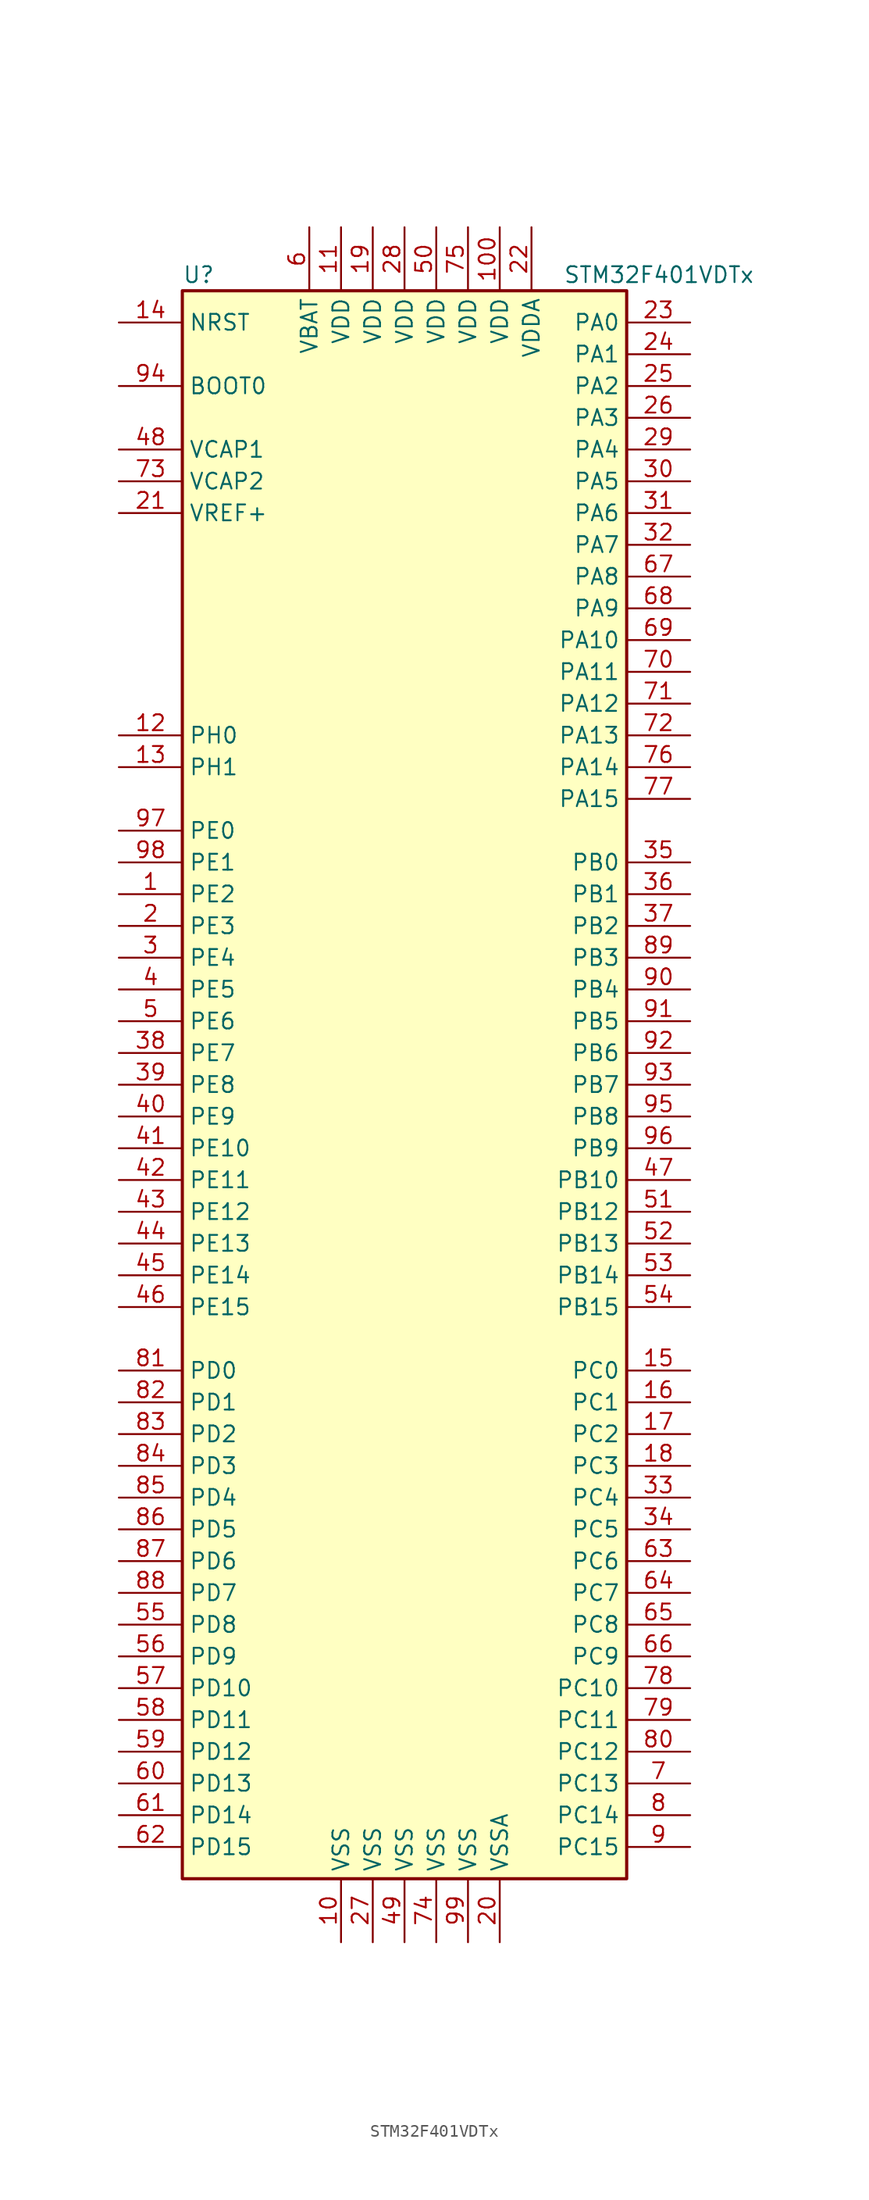
<source format=kicad_sym>
(kicad_symbol_lib
  (version 20201005)
  (generator kicad_symbol_editor)
  (symbol "STM32F401VDTx"
    (property "Reference" "U"
      (at -17.78 64.77 0)
      (effects (font (size 1.27 1.27)) (justify left)))
    (property "Value" "STM32F401VDTx"
      (at 12.7 64.77 0)
      (effects (font (size 1.27 1.27)) (justify left)))
    (symbol "STM32F401VDTx_0_1"
      (rectangle (start -17.78 -63.5) (end 17.78 63.5) (stroke (width 0.254)) (fill (type background))))
    (symbol "STM32F401VDTx_1_1"
      (pin input line (at -22.86 55.88 0) (length 5.08) (name "BOOT0" (effects (font (size 1.27 1.27)))) (number "94" (effects (font (size 1.27 1.27)))))
      (pin input line (at -22.86 60.96 0) (length 5.08) (name "NRST" (effects (font (size 1.27 1.27)))) (number "14" (effects (font (size 1.27 1.27)))))
      (pin bidirectional line (at 22.86 60.96 180) (length 5.08) (name "PA0" (effects (font (size 1.27 1.27)))) (number "23" (effects (font (size 1.27 1.27)))))
      (pin bidirectional line (at 22.86 58.42 180) (length 5.08) (name "PA1" (effects (font (size 1.27 1.27)))) (number "24" (effects (font (size 1.27 1.27)))))
      (pin bidirectional line (at 22.86 35.56 180) (length 5.08) (name "PA10" (effects (font (size 1.27 1.27)))) (number "69" (effects (font (size 1.27 1.27)))))
      (pin bidirectional line (at 22.86 33.02 180) (length 5.08) (name "PA11" (effects (font (size 1.27 1.27)))) (number "70" (effects (font (size 1.27 1.27)))))
      (pin bidirectional line (at 22.86 30.48 180) (length 5.08) (name "PA12" (effects (font (size 1.27 1.27)))) (number "71" (effects (font (size 1.27 1.27)))))
      (pin bidirectional line (at 22.86 27.94 180) (length 5.08) (name "PA13" (effects (font (size 1.27 1.27)))) (number "72" (effects (font (size 1.27 1.27)))))
      (pin bidirectional line (at 22.86 25.4 180) (length 5.08) (name "PA14" (effects (font (size 1.27 1.27)))) (number "76" (effects (font (size 1.27 1.27)))))
      (pin bidirectional line (at 22.86 22.86 180) (length 5.08) (name "PA15" (effects (font (size 1.27 1.27)))) (number "77" (effects (font (size 1.27 1.27)))))
      (pin bidirectional line (at 22.86 55.88 180) (length 5.08) (name "PA2" (effects (font (size 1.27 1.27)))) (number "25" (effects (font (size 1.27 1.27)))))
      (pin bidirectional line (at 22.86 53.34 180) (length 5.08) (name "PA3" (effects (font (size 1.27 1.27)))) (number "26" (effects (font (size 1.27 1.27)))))
      (pin bidirectional line (at 22.86 50.8 180) (length 5.08) (name "PA4" (effects (font (size 1.27 1.27)))) (number "29" (effects (font (size 1.27 1.27)))))
      (pin bidirectional line (at 22.86 48.26 180) (length 5.08) (name "PA5" (effects (font (size 1.27 1.27)))) (number "30" (effects (font (size 1.27 1.27)))))
      (pin bidirectional line (at 22.86 45.72 180) (length 5.08) (name "PA6" (effects (font (size 1.27 1.27)))) (number "31" (effects (font (size 1.27 1.27)))))
      (pin bidirectional line (at 22.86 43.18 180) (length 5.08) (name "PA7" (effects (font (size 1.27 1.27)))) (number "32" (effects (font (size 1.27 1.27)))))
      (pin bidirectional line (at 22.86 40.64 180) (length 5.08) (name "PA8" (effects (font (size 1.27 1.27)))) (number "67" (effects (font (size 1.27 1.27)))))
      (pin bidirectional line (at 22.86 38.1 180) (length 5.08) (name "PA9" (effects (font (size 1.27 1.27)))) (number "68" (effects (font (size 1.27 1.27)))))
      (pin bidirectional line (at 22.86 17.78 180) (length 5.08) (name "PB0" (effects (font (size 1.27 1.27)))) (number "35" (effects (font (size 1.27 1.27)))))
      (pin bidirectional line (at 22.86 15.24 180) (length 5.08) (name "PB1" (effects (font (size 1.27 1.27)))) (number "36" (effects (font (size 1.27 1.27)))))
      (pin bidirectional line (at 22.86 -7.62 180) (length 5.08) (name "PB10" (effects (font (size 1.27 1.27)))) (number "47" (effects (font (size 1.27 1.27)))))
      (pin bidirectional line (at 22.86 -10.16 180) (length 5.08) (name "PB12" (effects (font (size 1.27 1.27)))) (number "51" (effects (font (size 1.27 1.27)))))
      (pin bidirectional line (at 22.86 -12.7 180) (length 5.08) (name "PB13" (effects (font (size 1.27 1.27)))) (number "52" (effects (font (size 1.27 1.27)))))
      (pin bidirectional line (at 22.86 -15.24 180) (length 5.08) (name "PB14" (effects (font (size 1.27 1.27)))) (number "53" (effects (font (size 1.27 1.27)))))
      (pin bidirectional line (at 22.86 -17.78 180) (length 5.08) (name "PB15" (effects (font (size 1.27 1.27)))) (number "54" (effects (font (size 1.27 1.27)))))
      (pin bidirectional line (at 22.86 12.7 180) (length 5.08) (name "PB2" (effects (font (size 1.27 1.27)))) (number "37" (effects (font (size 1.27 1.27)))))
      (pin bidirectional line (at 22.86 10.16 180) (length 5.08) (name "PB3" (effects (font (size 1.27 1.27)))) (number "89" (effects (font (size 1.27 1.27)))))
      (pin bidirectional line (at 22.86 7.62 180) (length 5.08) (name "PB4" (effects (font (size 1.27 1.27)))) (number "90" (effects (font (size 1.27 1.27)))))
      (pin bidirectional line (at 22.86 5.08 180) (length 5.08) (name "PB5" (effects (font (size 1.27 1.27)))) (number "91" (effects (font (size 1.27 1.27)))))
      (pin bidirectional line (at 22.86 2.54 180) (length 5.08) (name "PB6" (effects (font (size 1.27 1.27)))) (number "92" (effects (font (size 1.27 1.27)))))
      (pin bidirectional line (at 22.86 0 180) (length 5.08) (name "PB7" (effects (font (size 1.27 1.27)))) (number "93" (effects (font (size 1.27 1.27)))))
      (pin bidirectional line (at 22.86 -2.54 180) (length 5.08) (name "PB8" (effects (font (size 1.27 1.27)))) (number "95" (effects (font (size 1.27 1.27)))))
      (pin bidirectional line (at 22.86 -5.08 180) (length 5.08) (name "PB9" (effects (font (size 1.27 1.27)))) (number "96" (effects (font (size 1.27 1.27)))))
      (pin bidirectional line (at 22.86 -22.86 180) (length 5.08) (name "PC0" (effects (font (size 1.27 1.27)))) (number "15" (effects (font (size 1.27 1.27)))))
      (pin bidirectional line (at 22.86 -25.4 180) (length 5.08) (name "PC1" (effects (font (size 1.27 1.27)))) (number "16" (effects (font (size 1.27 1.27)))))
      (pin bidirectional line (at 22.86 -48.26 180) (length 5.08) (name "PC10" (effects (font (size 1.27 1.27)))) (number "78" (effects (font (size 1.27 1.27)))))
      (pin bidirectional line (at 22.86 -50.8 180) (length 5.08) (name "PC11" (effects (font (size 1.27 1.27)))) (number "79" (effects (font (size 1.27 1.27)))))
      (pin bidirectional line (at 22.86 -53.34 180) (length 5.08) (name "PC12" (effects (font (size 1.27 1.27)))) (number "80" (effects (font (size 1.27 1.27)))))
      (pin bidirectional line (at 22.86 -55.88 180) (length 5.08) (name "PC13" (effects (font (size 1.27 1.27)))) (number "7" (effects (font (size 1.27 1.27)))))
      (pin bidirectional line (at 22.86 -58.42 180) (length 5.08) (name "PC14" (effects (font (size 1.27 1.27)))) (number "8" (effects (font (size 1.27 1.27)))))
      (pin bidirectional line (at 22.86 -60.96 180) (length 5.08) (name "PC15" (effects (font (size 1.27 1.27)))) (number "9" (effects (font (size 1.27 1.27)))))
      (pin bidirectional line (at 22.86 -27.94 180) (length 5.08) (name "PC2" (effects (font (size 1.27 1.27)))) (number "17" (effects (font (size 1.27 1.27)))))
      (pin bidirectional line (at 22.86 -30.48 180) (length 5.08) (name "PC3" (effects (font (size 1.27 1.27)))) (number "18" (effects (font (size 1.27 1.27)))))
      (pin bidirectional line (at 22.86 -33.02 180) (length 5.08) (name "PC4" (effects (font (size 1.27 1.27)))) (number "33" (effects (font (size 1.27 1.27)))))
      (pin bidirectional line (at 22.86 -35.56 180) (length 5.08) (name "PC5" (effects (font (size 1.27 1.27)))) (number "34" (effects (font (size 1.27 1.27)))))
      (pin bidirectional line (at 22.86 -38.1 180) (length 5.08) (name "PC6" (effects (font (size 1.27 1.27)))) (number "63" (effects (font (size 1.27 1.27)))))
      (pin bidirectional line (at 22.86 -40.64 180) (length 5.08) (name "PC7" (effects (font (size 1.27 1.27)))) (number "64" (effects (font (size 1.27 1.27)))))
      (pin bidirectional line (at 22.86 -43.18 180) (length 5.08) (name "PC8" (effects (font (size 1.27 1.27)))) (number "65" (effects (font (size 1.27 1.27)))))
      (pin bidirectional line (at 22.86 -45.72 180) (length 5.08) (name "PC9" (effects (font (size 1.27 1.27)))) (number "66" (effects (font (size 1.27 1.27)))))
      (pin bidirectional line (at -22.86 -22.86 0) (length 5.08) (name "PD0" (effects (font (size 1.27 1.27)))) (number "81" (effects (font (size 1.27 1.27)))))
      (pin bidirectional line (at -22.86 -25.4 0) (length 5.08) (name "PD1" (effects (font (size 1.27 1.27)))) (number "82" (effects (font (size 1.27 1.27)))))
      (pin bidirectional line (at -22.86 -48.26 0) (length 5.08) (name "PD10" (effects (font (size 1.27 1.27)))) (number "57" (effects (font (size 1.27 1.27)))))
      (pin bidirectional line (at -22.86 -50.8 0) (length 5.08) (name "PD11" (effects (font (size 1.27 1.27)))) (number "58" (effects (font (size 1.27 1.27)))))
      (pin bidirectional line (at -22.86 -53.34 0) (length 5.08) (name "PD12" (effects (font (size 1.27 1.27)))) (number "59" (effects (font (size 1.27 1.27)))))
      (pin bidirectional line (at -22.86 -55.88 0) (length 5.08) (name "PD13" (effects (font (size 1.27 1.27)))) (number "60" (effects (font (size 1.27 1.27)))))
      (pin bidirectional line (at -22.86 -58.42 0) (length 5.08) (name "PD14" (effects (font (size 1.27 1.27)))) (number "61" (effects (font (size 1.27 1.27)))))
      (pin bidirectional line (at -22.86 -60.96 0) (length 5.08) (name "PD15" (effects (font (size 1.27 1.27)))) (number "62" (effects (font (size 1.27 1.27)))))
      (pin bidirectional line (at -22.86 -27.94 0) (length 5.08) (name "PD2" (effects (font (size 1.27 1.27)))) (number "83" (effects (font (size 1.27 1.27)))))
      (pin bidirectional line (at -22.86 -30.48 0) (length 5.08) (name "PD3" (effects (font (size 1.27 1.27)))) (number "84" (effects (font (size 1.27 1.27)))))
      (pin bidirectional line (at -22.86 -33.02 0) (length 5.08) (name "PD4" (effects (font (size 1.27 1.27)))) (number "85" (effects (font (size 1.27 1.27)))))
      (pin bidirectional line (at -22.86 -35.56 0) (length 5.08) (name "PD5" (effects (font (size 1.27 1.27)))) (number "86" (effects (font (size 1.27 1.27)))))
      (pin bidirectional line (at -22.86 -38.1 0) (length 5.08) (name "PD6" (effects (font (size 1.27 1.27)))) (number "87" (effects (font (size 1.27 1.27)))))
      (pin bidirectional line (at -22.86 -40.64 0) (length 5.08) (name "PD7" (effects (font (size 1.27 1.27)))) (number "88" (effects (font (size 1.27 1.27)))))
      (pin bidirectional line (at -22.86 -43.18 0) (length 5.08) (name "PD8" (effects (font (size 1.27 1.27)))) (number "55" (effects (font (size 1.27 1.27)))))
      (pin bidirectional line (at -22.86 -45.72 0) (length 5.08) (name "PD9" (effects (font (size 1.27 1.27)))) (number "56" (effects (font (size 1.27 1.27)))))
      (pin bidirectional line (at -22.86 20.32 0) (length 5.08) (name "PE0" (effects (font (size 1.27 1.27)))) (number "97" (effects (font (size 1.27 1.27)))))
      (pin bidirectional line (at -22.86 17.78 0) (length 5.08) (name "PE1" (effects (font (size 1.27 1.27)))) (number "98" (effects (font (size 1.27 1.27)))))
      (pin bidirectional line (at -22.86 -5.08 0) (length 5.08) (name "PE10" (effects (font (size 1.27 1.27)))) (number "41" (effects (font (size 1.27 1.27)))))
      (pin bidirectional line (at -22.86 -7.62 0) (length 5.08) (name "PE11" (effects (font (size 1.27 1.27)))) (number "42" (effects (font (size 1.27 1.27)))))
      (pin bidirectional line (at -22.86 -10.16 0) (length 5.08) (name "PE12" (effects (font (size 1.27 1.27)))) (number "43" (effects (font (size 1.27 1.27)))))
      (pin bidirectional line (at -22.86 -12.7 0) (length 5.08) (name "PE13" (effects (font (size 1.27 1.27)))) (number "44" (effects (font (size 1.27 1.27)))))
      (pin bidirectional line (at -22.86 -15.24 0) (length 5.08) (name "PE14" (effects (font (size 1.27 1.27)))) (number "45" (effects (font (size 1.27 1.27)))))
      (pin bidirectional line (at -22.86 -17.78 0) (length 5.08) (name "PE15" (effects (font (size 1.27 1.27)))) (number "46" (effects (font (size 1.27 1.27)))))
      (pin bidirectional line (at -22.86 15.24 0) (length 5.08) (name "PE2" (effects (font (size 1.27 1.27)))) (number "1" (effects (font (size 1.27 1.27)))))
      (pin bidirectional line (at -22.86 12.7 0) (length 5.08) (name "PE3" (effects (font (size 1.27 1.27)))) (number "2" (effects (font (size 1.27 1.27)))))
      (pin bidirectional line (at -22.86 10.16 0) (length 5.08) (name "PE4" (effects (font (size 1.27 1.27)))) (number "3" (effects (font (size 1.27 1.27)))))
      (pin bidirectional line (at -22.86 7.62 0) (length 5.08) (name "PE5" (effects (font (size 1.27 1.27)))) (number "4" (effects (font (size 1.27 1.27)))))
      (pin bidirectional line (at -22.86 5.08 0) (length 5.08) (name "PE6" (effects (font (size 1.27 1.27)))) (number "5" (effects (font (size 1.27 1.27)))))
      (pin bidirectional line (at -22.86 2.54 0) (length 5.08) (name "PE7" (effects (font (size 1.27 1.27)))) (number "38" (effects (font (size 1.27 1.27)))))
      (pin bidirectional line (at -22.86 0 0) (length 5.08) (name "PE8" (effects (font (size 1.27 1.27)))) (number "39" (effects (font (size 1.27 1.27)))))
      (pin bidirectional line (at -22.86 -2.54 0) (length 5.08) (name "PE9" (effects (font (size 1.27 1.27)))) (number "40" (effects (font (size 1.27 1.27)))))
      (pin input line (at -22.86 27.94 0) (length 5.08) (name "PH0" (effects (font (size 1.27 1.27)))) (number "12" (effects (font (size 1.27 1.27)))))
      (pin input line (at -22.86 25.4 0) (length 5.08) (name "PH1" (effects (font (size 1.27 1.27)))) (number "13" (effects (font (size 1.27 1.27)))))
      (pin power_in line (at -7.62 68.58 270) (length 5.08) (name "VBAT" (effects (font (size 1.27 1.27)))) (number "6" (effects (font (size 1.27 1.27)))))
      (pin power_in line (at -22.86 50.8 0) (length 5.08) (name "VCAP1" (effects (font (size 1.27 1.27)))) (number "48" (effects (font (size 1.27 1.27)))))
      (pin power_in line (at -22.86 48.26 0) (length 5.08) (name "VCAP2" (effects (font (size 1.27 1.27)))) (number "73" (effects (font (size 1.27 1.27)))))
      (pin power_in line (at 7.62 68.58 270) (length 5.08) (name "VDD" (effects (font (size 1.27 1.27)))) (number "100" (effects (font (size 1.27 1.27)))))
      (pin power_in line (at -5.08 68.58 270) (length 5.08) (name "VDD" (effects (font (size 1.27 1.27)))) (number "11" (effects (font (size 1.27 1.27)))))
      (pin power_in line (at -2.54 68.58 270) (length 5.08) (name "VDD" (effects (font (size 1.27 1.27)))) (number "19" (effects (font (size 1.27 1.27)))))
      (pin power_in line (at 0 68.58 270) (length 5.08) (name "VDD" (effects (font (size 1.27 1.27)))) (number "28" (effects (font (size 1.27 1.27)))))
      (pin power_in line (at 2.54 68.58 270) (length 5.08) (name "VDD" (effects (font (size 1.27 1.27)))) (number "50" (effects (font (size 1.27 1.27)))))
      (pin power_in line (at 5.08 68.58 270) (length 5.08) (name "VDD" (effects (font (size 1.27 1.27)))) (number "75" (effects (font (size 1.27 1.27)))))
      (pin power_in line (at 10.16 68.58 270) (length 5.08) (name "VDDA" (effects (font (size 1.27 1.27)))) (number "22" (effects (font (size 1.27 1.27)))))
      (pin power_in line (at -22.86 45.72 0) (length 5.08) (name "VREF+" (effects (font (size 1.27 1.27)))) (number "21" (effects (font (size 1.27 1.27)))))
      (pin power_in line (at -5.08 -68.58 90) (length 5.08) (name "VSS" (effects (font (size 1.27 1.27)))) (number "10" (effects (font (size 1.27 1.27)))))
      (pin power_in line (at -2.54 -68.58 90) (length 5.08) (name "VSS" (effects (font (size 1.27 1.27)))) (number "27" (effects (font (size 1.27 1.27)))))
      (pin power_in line (at 0 -68.58 90) (length 5.08) (name "VSS" (effects (font (size 1.27 1.27)))) (number "49" (effects (font (size 1.27 1.27)))))
      (pin power_in line (at 2.54 -68.58 90) (length 5.08) (name "VSS" (effects (font (size 1.27 1.27)))) (number "74" (effects (font (size 1.27 1.27)))))
      (pin power_in line (at 5.08 -68.58 90) (length 5.08) (name "VSS" (effects (font (size 1.27 1.27)))) (number "99" (effects (font (size 1.27 1.27)))))
      (pin power_in line (at 7.62 -68.58 90) (length 5.08) (name "VSSA" (effects (font (size 1.27 1.27)))) (number "20" (effects (font (size 1.27 1.27))))))))
</source>
